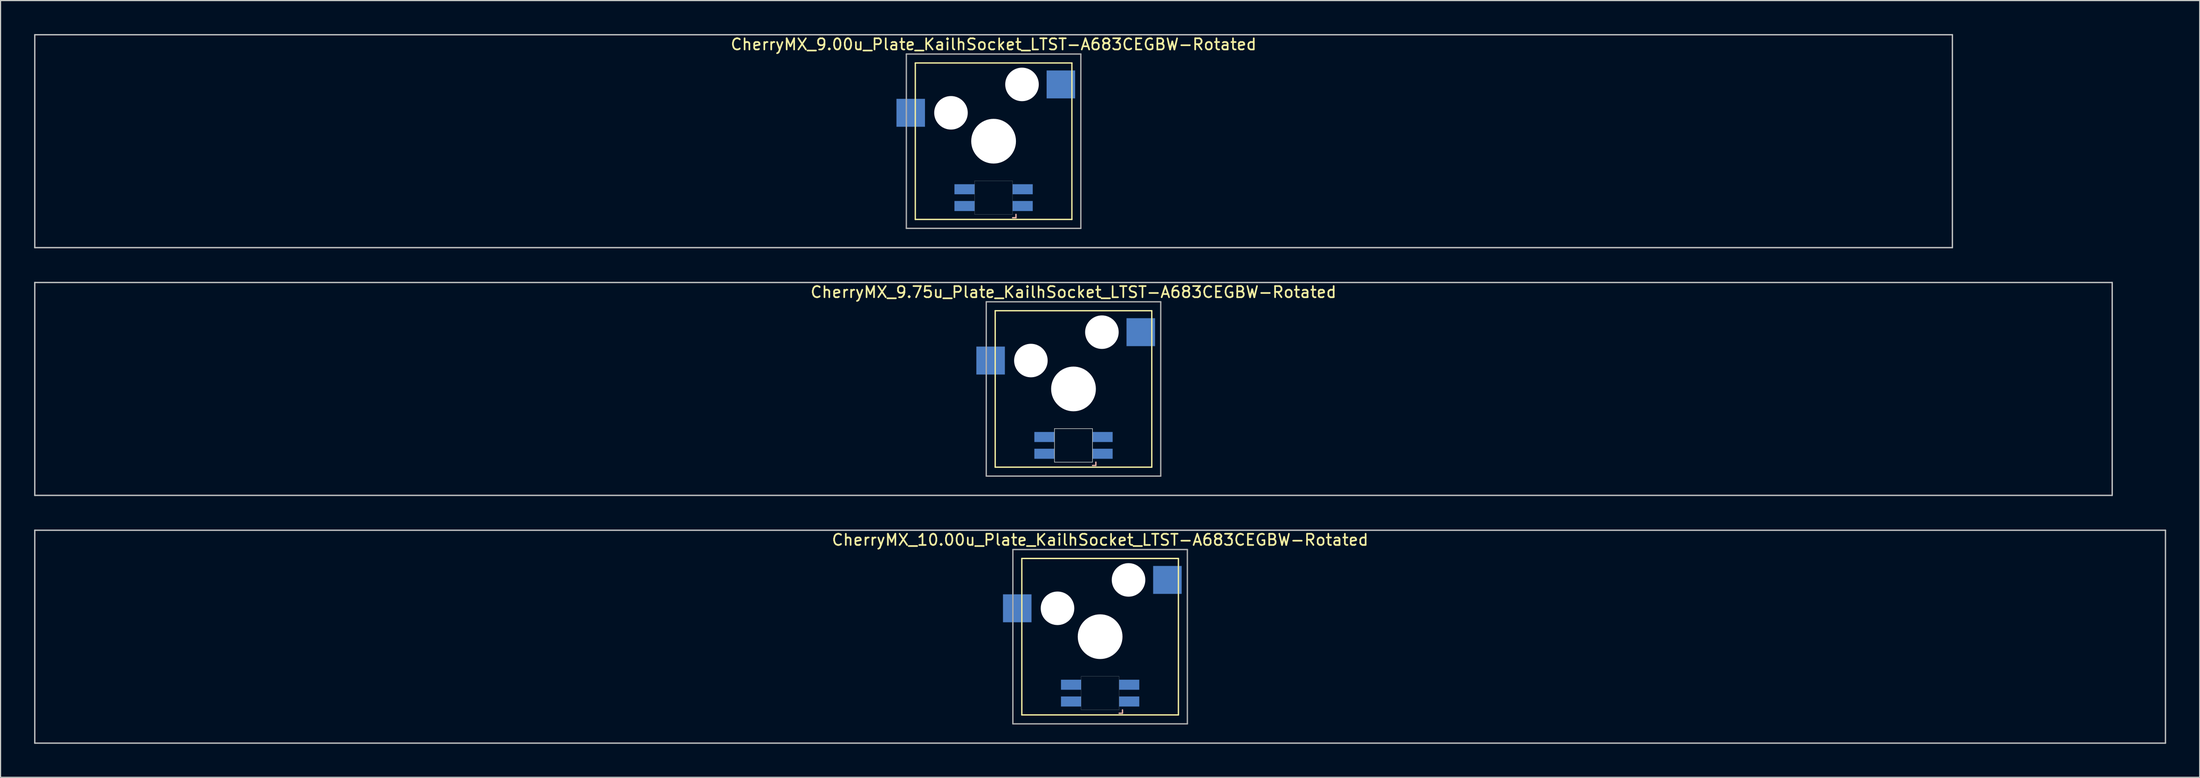
<source format=kicad_pcb>
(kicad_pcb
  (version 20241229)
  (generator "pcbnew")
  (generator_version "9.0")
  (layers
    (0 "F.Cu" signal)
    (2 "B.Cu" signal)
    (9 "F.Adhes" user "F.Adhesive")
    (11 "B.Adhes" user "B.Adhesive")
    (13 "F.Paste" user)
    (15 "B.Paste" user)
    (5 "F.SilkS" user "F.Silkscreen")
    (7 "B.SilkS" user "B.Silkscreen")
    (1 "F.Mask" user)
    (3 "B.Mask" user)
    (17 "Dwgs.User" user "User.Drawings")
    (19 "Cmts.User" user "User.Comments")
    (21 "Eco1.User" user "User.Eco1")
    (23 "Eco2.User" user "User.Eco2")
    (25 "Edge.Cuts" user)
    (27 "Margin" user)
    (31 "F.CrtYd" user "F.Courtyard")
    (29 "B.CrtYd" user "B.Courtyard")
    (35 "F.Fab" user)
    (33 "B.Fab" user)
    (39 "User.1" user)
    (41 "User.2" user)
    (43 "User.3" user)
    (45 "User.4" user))
  (footprint "CherryMX_9.75u_Plate_KailhSocket_LTST-A683CEGBW-Rotated"
    (layer "F.Cu")
    (at 92.929 31.755)
    (property "Reference" "CherryMX_9.75u_Plate_KailhSocket_LTST-A683CEGBW-Rotated" (at 0 -8.662 0) (layer "F.SilkS") (effects (font (size 1 1) (thickness 0.15))))
    (attr through_hole)
    (fp_line (start -7 -7) (end -7 7) (stroke (width 0.12) (type solid)) (layer "F.SilkS"))
    (fp_line (start -7 -7) (end 7 -7) (stroke (width 0.12) (type solid)) (layer "F.SilkS"))
    (fp_line (start 7 -7) (end 7 7) (stroke (width 0.12) (type solid)) (layer "F.SilkS"))
    (fp_line (start 7 7) (end -7 7) (stroke (width 0.12) (type solid)) (layer "F.SilkS"))
    (fp_line (start 1.7 6.85) (end 2 6.85) (stroke (width 0.12) (type solid)) (layer "B.SilkS"))
    (fp_line (start 2 6.85) (end 2 6.55) (stroke (width 0.12) (type solid)) (layer "B.SilkS"))
    (fp_line (start -92.869 -9.525) (end 92.869 -9.525) (stroke (width 0.12) (type solid)) (layer "Dwgs.User"))
    (fp_line (start -92.869 9.525) (end -92.869 -9.525) (stroke (width 0.12) (type solid)) (layer "Dwgs.User"))
    (fp_line (start 92.869 -9.525) (end 92.869 9.525) (stroke (width 0.12) (type solid)) (layer "Dwgs.User"))
    (fp_line (start 92.869 9.525) (end -92.869 9.525) (stroke (width 0.12) (type solid)) (layer "Dwgs.User"))
    (fp_line (start -1.7 3.55) (end 1.7 3.55) (stroke (width 0.05) (type solid)) (layer "Edge.Cuts"))
    (fp_line (start -1.7 6.55) (end -1.7 3.55) (stroke (width 0.05) (type solid)) (layer "Edge.Cuts"))
    (fp_line (start 1.7 3.55) (end 1.7 6.55) (stroke (width 0.05) (type solid)) (layer "Edge.Cuts"))
    (fp_line (start 1.7 6.55) (end -1.7 6.55) (stroke (width 0.05) (type solid)) (layer "Edge.Cuts"))
    (fp_line (start -7.8 -7.8) (end -7.8 7.8) (stroke (width 0.12) (type solid)) (layer "F.Fab"))
    (fp_line (start -7.8 -7.8) (end 7.8 -7.8) (stroke (width 0.12) (type solid)) (layer "F.Fab"))
    (fp_line (start -7.8 7.8) (end 7.8 7.8) (stroke (width 0.12) (type solid)) (layer "F.Fab"))
    (fp_line (start 7.8 -7.8) (end 7.8 7.8) (stroke (width 0.12) (type solid)) (layer "F.Fab"))
    (pad "" np_thru_hole circle (at -3.81 -2.54) (size 3 3) (drill 3) (layers "*.Cu" "*.Mask"))
    (pad "" np_thru_hole circle (at 0 0) (size 4 4) (drill 4) (layers "*.Cu" "*.Mask"))
    (pad "" np_thru_hole circle (at 2.54 -5.08) (size 3 3) (drill 3) (layers "*.Cu" "*.Mask"))
    (pad "1" smd rect (at -7.41 -2.54) (size 2.55 2.5) (layers "B.Cu" "B.Mask" "B.Paste"))
    (pad "2" smd rect (at 6.015 -5.08) (size 2.55 2.5) (layers "B.Cu" "B.Mask" "B.Paste"))
    (pad "3" smd rect (at 2.6 5.8 180) (size 1.8 0.9) (layers "B.Cu" "B.Mask" "B.Paste"))
    (pad "4" smd rect (at 2.6 4.3 180) (size 1.8 0.9) (layers "B.Cu" "B.Mask" "B.Paste"))
    (pad "5" smd rect (at -2.6 5.8 180) (size 1.8 0.9) (layers "B.Cu" "B.Mask" "B.Paste"))
    (pad "6" smd rect (at -2.6 4.3 180) (size 1.8 0.9) (layers "B.Cu" "B.Mask" "B.Paste")))
  (footprint "CherryMX_10.00u_Plate_KailhSocket_LTST-A683CEGBW-Rotated"
    (layer "F.Cu")
    (at 95.31 53.925)
    (property "Reference" "CherryMX_10.00u_Plate_KailhSocket_LTST-A683CEGBW-Rotated" (at 0 -8.662 0) (layer "F.SilkS") (effects (font (size 1 1) (thickness 0.15))))
    (attr through_hole)
    (fp_line (start -7 -7) (end -7 7) (stroke (width 0.12) (type solid)) (layer "F.SilkS"))
    (fp_line (start -7 -7) (end 7 -7) (stroke (width 0.12) (type solid)) (layer "F.SilkS"))
    (fp_line (start 7 -7) (end 7 7) (stroke (width 0.12) (type solid)) (layer "F.SilkS"))
    (fp_line (start 7 7) (end -7 7) (stroke (width 0.12) (type solid)) (layer "F.SilkS"))
    (fp_line (start 1.7 6.85) (end 2 6.85) (stroke (width 0.12) (type solid)) (layer "B.SilkS"))
    (fp_line (start 2 6.85) (end 2 6.55) (stroke (width 0.12) (type solid)) (layer "B.SilkS"))
    (fp_line (start -95.25 -9.525) (end 95.25 -9.525) (stroke (width 0.12) (type solid)) (layer "Dwgs.User"))
    (fp_line (start -95.25 9.525) (end -95.25 -9.525) (stroke (width 0.12) (type solid)) (layer "Dwgs.User"))
    (fp_line (start 95.25 -9.525) (end 95.25 9.525) (stroke (width 0.12) (type solid)) (layer "Dwgs.User"))
    (fp_line (start 95.25 9.525) (end -95.25 9.525) (stroke (width 0.12) (type solid)) (layer "Dwgs.User"))
    (fp_poly (pts (xy -1.7 3.55) (xy 1.7 3.55) (xy 1.7 6.55) (xy -1.7 6.55)) (stroke (width 0.01) (type solid)) (fill no) (layer "Edge.Cuts"))
    (fp_line (start -7.8 -7.8) (end -7.8 7.8) (stroke (width 0.12) (type solid)) (layer "F.Fab"))
    (fp_line (start -7.8 -7.8) (end 7.8 -7.8) (stroke (width 0.12) (type solid)) (layer "F.Fab"))
    (fp_line (start -7.8 7.8) (end 7.8 7.8) (stroke (width 0.12) (type solid)) (layer "F.Fab"))
    (fp_line (start 7.8 -7.8) (end 7.8 7.8) (stroke (width 0.12) (type solid)) (layer "F.Fab"))
    (pad "" np_thru_hole circle (at -3.81 -2.54) (size 3 3) (drill 3) (layers "*.Cu" "*.Mask"))
    (pad "" np_thru_hole circle (at 0 0) (size 4 4) (drill 4) (layers "*.Cu" "*.Mask"))
    (pad "" np_thru_hole circle (at 2.54 -5.08) (size 3 3) (drill 3) (layers "*.Cu" "*.Mask"))
    (pad "1" smd rect (at -7.41 -2.54) (size 2.55 2.5) (layers "B.Cu" "B.Mask" "B.Paste"))
    (pad "2" smd rect (at 6.015 -5.08) (size 2.55 2.5) (layers "B.Cu" "B.Mask" "B.Paste"))
    (pad "3" smd rect (at 2.6 5.8 180) (size 1.8 0.9) (layers "B.Cu" "B.Mask" "B.Paste"))
    (pad "4" smd rect (at 2.6 4.3 180) (size 1.8 0.9) (layers "B.Cu" "B.Mask" "B.Paste"))
    (pad "5" smd rect (at -2.6 5.8 180) (size 1.8 0.9) (layers "B.Cu" "B.Mask" "B.Paste"))
    (pad "6" smd rect (at -2.6 4.3 180) (size 1.8 0.9) (layers "B.Cu" "B.Mask" "B.Paste")))
  (footprint "CherryMX_9.00u_Plate_KailhSocket_LTST-A683CEGBW-Rotated"
    (layer "F.Cu")
    (at 85.785 9.585)
    (property "Reference" "CherryMX_9.00u_Plate_KailhSocket_LTST-A683CEGBW-Rotated" (at 0 -8.662 0) (layer "F.SilkS") (effects (font (size 1 1) (thickness 0.15))))
    (attr through_hole)
    (fp_line (start -7 -7) (end -7 7) (stroke (width 0.12) (type solid)) (layer "F.SilkS"))
    (fp_line (start -7 -7) (end 7 -7) (stroke (width 0.12) (type solid)) (layer "F.SilkS"))
    (fp_line (start 7 -7) (end 7 7) (stroke (width 0.12) (type solid)) (layer "F.SilkS"))
    (fp_line (start 7 7) (end -7 7) (stroke (width 0.12) (type solid)) (layer "F.SilkS"))
    (fp_line (start 1.7 6.85) (end 2 6.85) (stroke (width 0.12) (type solid)) (layer "B.SilkS"))
    (fp_line (start 2 6.85) (end 2 6.55) (stroke (width 0.12) (type solid)) (layer "B.SilkS"))
    (fp_line (start -85.725 -9.525) (end 85.725 -9.525) (stroke (width 0.12) (type solid)) (layer "Dwgs.User"))
    (fp_line (start -85.725 9.525) (end -85.725 -9.525) (stroke (width 0.12) (type solid)) (layer "Dwgs.User"))
    (fp_line (start 85.725 -9.525) (end 85.725 9.525) (stroke (width 0.12) (type solid)) (layer "Dwgs.User"))
    (fp_line (start 85.725 9.525) (end -85.725 9.525) (stroke (width 0.12) (type solid)) (layer "Dwgs.User"))
    (fp_poly (pts (xy -1.7 3.55) (xy 1.7 3.55) (xy 1.7 6.55) (xy -1.7 6.55)) (stroke (width 0.01) (type solid)) (fill no) (layer "Edge.Cuts"))
    (fp_line (start -7.8 -7.8) (end -7.8 7.8) (stroke (width 0.12) (type solid)) (layer "F.Fab"))
    (fp_line (start -7.8 -7.8) (end 7.8 -7.8) (stroke (width 0.12) (type solid)) (layer "F.Fab"))
    (fp_line (start -7.8 7.8) (end 7.8 7.8) (stroke (width 0.12) (type solid)) (layer "F.Fab"))
    (fp_line (start 7.8 -7.8) (end 7.8 7.8) (stroke (width 0.12) (type solid)) (layer "F.Fab"))
    (pad "" np_thru_hole circle (at -3.81 -2.54) (size 3 3) (drill 3) (layers "*.Cu" "*.Mask"))
    (pad "" np_thru_hole circle (at 0 0) (size 4 4) (drill 4) (layers "*.Cu" "*.Mask"))
    (pad "" np_thru_hole circle (at 2.54 -5.08) (size 3 3) (drill 3) (layers "*.Cu" "*.Mask"))
    (pad "1" smd rect (at -7.41 -2.54) (size 2.55 2.5) (layers "B.Cu" "B.Mask" "B.Paste"))
    (pad "2" smd rect (at 6.015 -5.08) (size 2.55 2.5) (layers "B.Cu" "B.Mask" "B.Paste"))
    (pad "3" smd rect (at 2.6 5.8 180) (size 1.8 0.9) (layers "B.Cu" "B.Mask" "B.Paste"))
    (pad "4" smd rect (at 2.6 4.3 180) (size 1.8 0.9) (layers "B.Cu" "B.Mask" "B.Paste"))
    (pad "5" smd rect (at -2.6 5.8 180) (size 1.8 0.9) (layers "B.Cu" "B.Mask" "B.Paste"))
    (pad "6" smd rect (at -2.6 4.3 180) (size 1.8 0.9) (layers "B.Cu" "B.Mask" "B.Paste")))
  (gr_rect
    (start -3 -3)
    (end 193.62 66.51)
    (stroke (width 0.1) (type default))
    (fill no)
    (layer "Edge.Cuts")))
</source>
